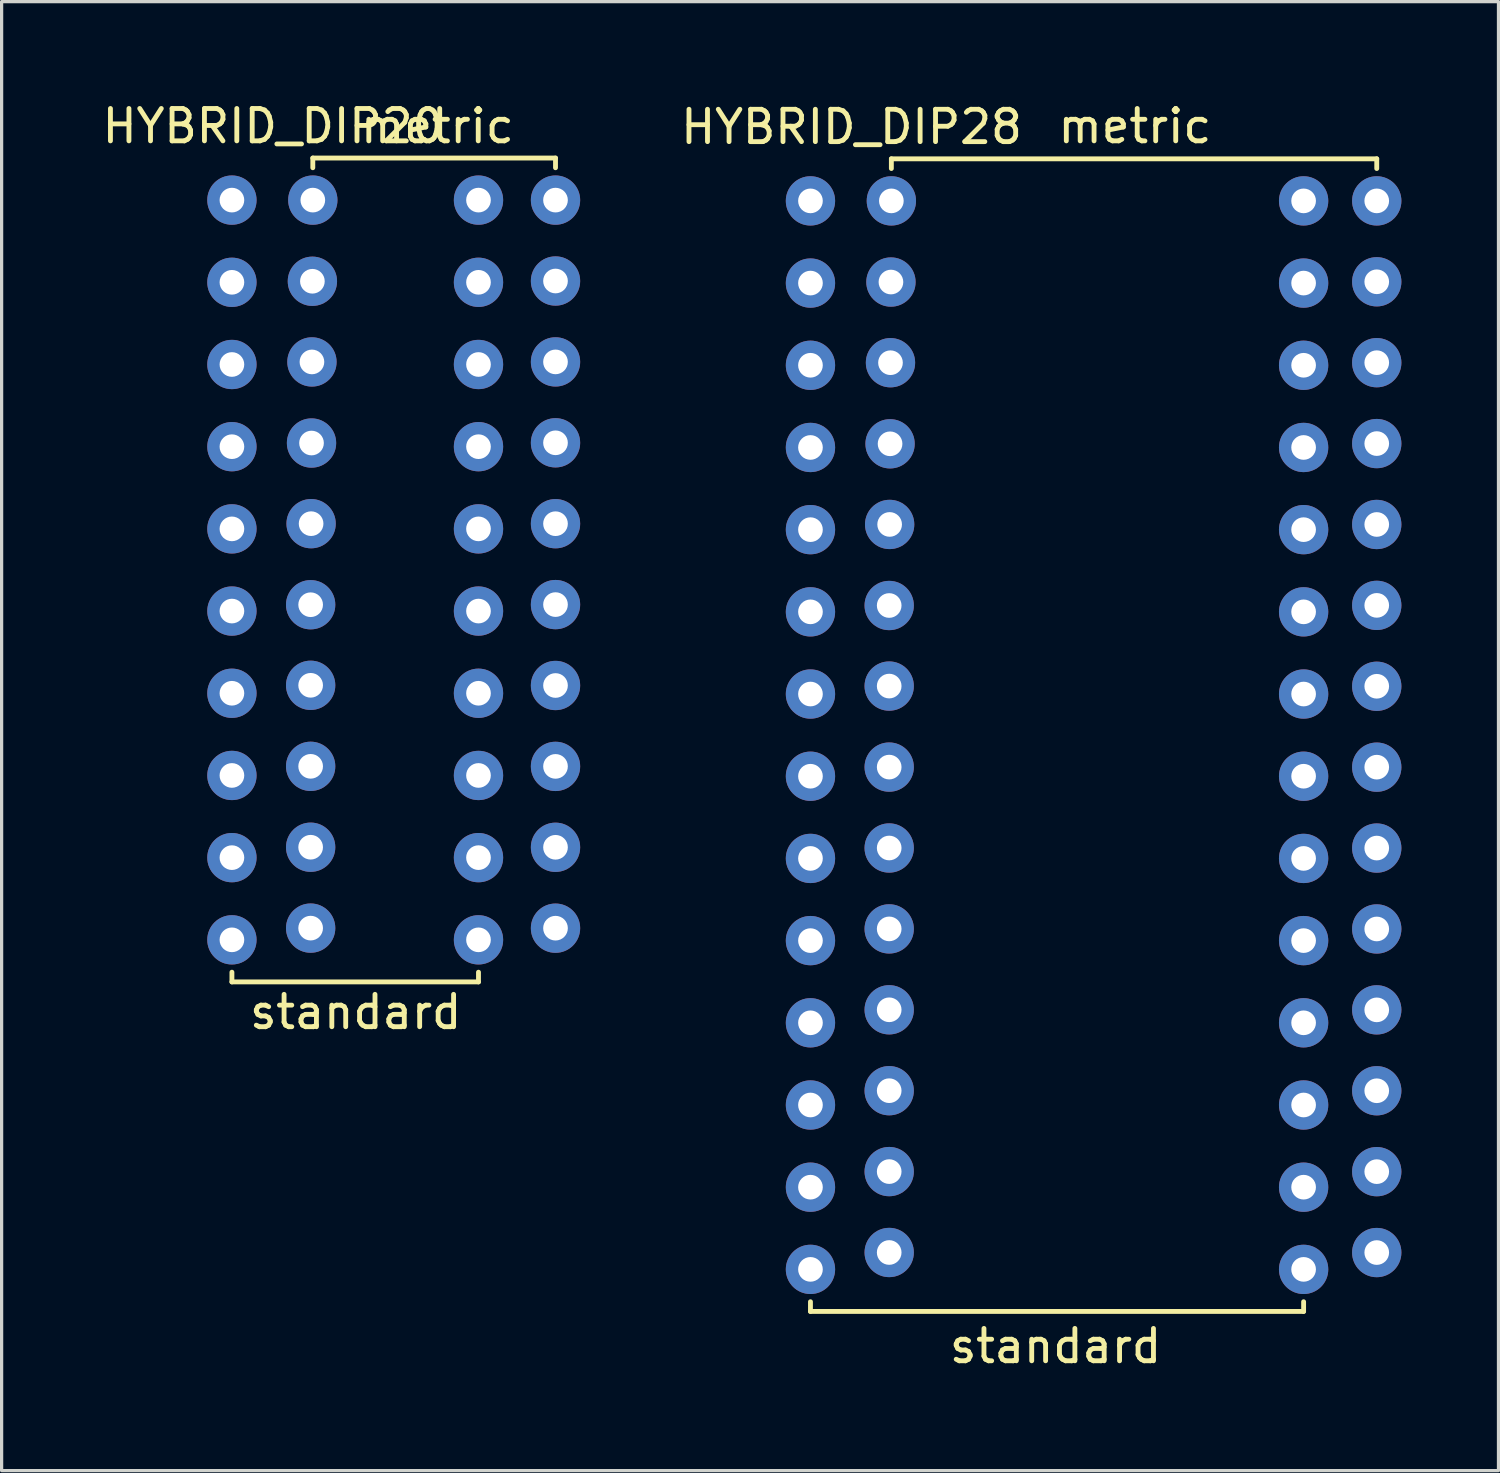
<source format=kicad_pcb>
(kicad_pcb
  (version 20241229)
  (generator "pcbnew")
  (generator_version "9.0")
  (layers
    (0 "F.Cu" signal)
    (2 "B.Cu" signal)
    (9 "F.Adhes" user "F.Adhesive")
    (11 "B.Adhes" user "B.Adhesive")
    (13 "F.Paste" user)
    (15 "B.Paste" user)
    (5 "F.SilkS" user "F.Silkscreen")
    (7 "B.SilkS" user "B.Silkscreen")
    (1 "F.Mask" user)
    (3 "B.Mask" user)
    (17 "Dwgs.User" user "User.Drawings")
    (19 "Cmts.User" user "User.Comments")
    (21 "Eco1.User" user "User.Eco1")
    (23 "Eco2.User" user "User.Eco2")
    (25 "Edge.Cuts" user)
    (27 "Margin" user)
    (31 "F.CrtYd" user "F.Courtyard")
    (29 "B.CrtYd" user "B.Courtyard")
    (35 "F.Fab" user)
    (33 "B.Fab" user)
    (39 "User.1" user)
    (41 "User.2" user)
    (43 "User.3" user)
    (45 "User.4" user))
  (footprint "HYBRID_DIP28"
    (layer "F.Cu")
    (at 31.072 19.548)
    (property "Reference" "HYBRID_DIP28" (at -7.806 -18.676 0) (layer "F.SilkS") (effects (font (size 1 1) (thickness 0.15))))
    (attr through_hole)
    (fp_line (start -9.076 17.63) (end -9.076 17.93) (stroke (width 0.15) (type solid)) (layer "F.SilkS"))
    (fp_line (start -9.076 17.93) (end 6.164 17.93) (stroke (width 0.15) (type solid)) (layer "F.SilkS"))
    (fp_line (start -6.576 -17.69) (end 8.424 -17.69) (stroke (width 0.15) (type solid)) (layer "F.SilkS"))
    (fp_line (start -6.576 -17.39) (end -6.576 -17.69) (stroke (width 0.15) (type solid)) (layer "F.SilkS"))
    (fp_line (start 6.164 17.63) (end 6.164 17.93) (stroke (width 0.15) (type solid)) (layer "F.SilkS"))
    (fp_line (start 8.424 -17.39) (end 8.424 -17.69) (stroke (width 0.15) (type solid)) (layer "F.SilkS"))
    (fp_text user "metric" (at 0.95 -18.7 0) (layer "F.SilkS") (effects (font (size 1 1) (thickness 0.15))))
    (fp_text user "standard" (at -1.5 19 0) (layer "F.SilkS") (effects (font (size 1 1) (thickness 0.15))))
    (pad "1" thru_hole circle (at -9.076 -16.39) (size 1.524 1.524) (drill 0.762) (layers "*.Cu" "*.Mask"))
    (pad "1" thru_hole circle (at -6.576 -16.39) (size 1.524 1.524) (drill 0.762) (layers "*.Cu" "*.Mask"))
    (pad "2" thru_hole circle (at -9.076 -13.85) (size 1.524 1.524) (drill 0.762) (layers "*.Cu" "*.Mask"))
    (pad "2" thru_hole circle (at -6.589 -13.882) (size 1.524 1.524) (drill 0.762) (layers "*.Cu" "*.Mask"))
    (pad "3" thru_hole circle (at -9.076 -11.31) (size 1.524 1.524) (drill 0.762) (layers "*.Cu" "*.Mask"))
    (pad "3" thru_hole circle (at -6.603 -11.389) (size 1.524 1.524) (drill 0.762) (layers "*.Cu" "*.Mask"))
    (pad "4" thru_hole circle (at -9.076 -8.77) (size 1.524 1.524) (drill 0.762) (layers "*.Cu" "*.Mask"))
    (pad "4" thru_hole circle (at -6.616 -8.883) (size 1.524 1.524) (drill 0.762) (layers "*.Cu" "*.Mask"))
    (pad "5" thru_hole circle (at -9.076 -6.23) (size 1.524 1.524) (drill 0.762) (layers "*.Cu" "*.Mask"))
    (pad "5" thru_hole circle (at -6.629 -6.391) (size 1.524 1.524) (drill 0.762) (layers "*.Cu" "*.Mask"))
    (pad "6" thru_hole circle (at -9.076 -3.69) (size 1.524 1.524) (drill 0.762) (layers "*.Cu" "*.Mask"))
    (pad "6" thru_hole circle (at -6.643 -3.886) (size 1.524 1.524) (drill 0.762) (layers "*.Cu" "*.Mask"))
    (pad "7" thru_hole circle (at -9.076 -1.15) (size 1.524 1.524) (drill 0.762) (layers "*.Cu" "*.Mask"))
    (pad "7" thru_hole circle (at -6.643 -1.396) (size 1.524 1.524) (drill 0.762) (layers "*.Cu" "*.Mask"))
    (pad "8" thru_hole circle (at -9.076 1.39) (size 1.524 1.524) (drill 0.762) (layers "*.Cu" "*.Mask"))
    (pad "8" thru_hole circle (at -6.643 1.108) (size 1.524 1.524) (drill 0.762) (layers "*.Cu" "*.Mask"))
    (pad "9" thru_hole circle (at -9.076 3.93) (size 1.524 1.524) (drill 0.762) (layers "*.Cu" "*.Mask"))
    (pad "9" thru_hole circle (at -6.643 3.608) (size 1.524 1.524) (drill 0.762) (layers "*.Cu" "*.Mask"))
    (pad "10" thru_hole circle (at -9.076 6.47) (size 1.524 1.524) (drill 0.762) (layers "*.Cu" "*.Mask"))
    (pad "10" thru_hole circle (at -6.643 6.108) (size 1.524 1.524) (drill 0.762) (layers "*.Cu" "*.Mask"))
    (pad "11" thru_hole circle (at -9.076 9.01) (size 1.524 1.524) (drill 0.762) (layers "*.Cu" "*.Mask"))
    (pad "11" thru_hole circle (at -6.643 8.608) (size 1.524 1.524) (drill 0.762) (layers "*.Cu" "*.Mask"))
    (pad "12" thru_hole circle (at -9.076 11.55) (size 1.524 1.524) (drill 0.762) (layers "*.Cu" "*.Mask"))
    (pad "12" thru_hole circle (at -6.643 11.108) (size 1.524 1.524) (drill 0.762) (layers "*.Cu" "*.Mask"))
    (pad "13" thru_hole circle (at -9.076 14.09) (size 1.524 1.524) (drill 0.762) (layers "*.Cu" "*.Mask"))
    (pad "13" thru_hole circle (at -6.643 13.608) (size 1.524 1.524) (drill 0.762) (layers "*.Cu" "*.Mask"))
    (pad "14" thru_hole circle (at -9.076 16.63) (size 1.524 1.524) (drill 0.762) (layers "*.Cu" "*.Mask"))
    (pad "14" thru_hole circle (at -6.643 16.108) (size 1.524 1.524) (drill 0.762) (layers "*.Cu" "*.Mask"))
    (pad "15" thru_hole circle (at 6.164 16.63) (size 1.524 1.524) (drill 0.762) (layers "*.Cu" "*.Mask"))
    (pad "15" thru_hole circle (at 8.424 16.11) (size 1.524 1.524) (drill 0.762) (layers "*.Cu" "*.Mask"))
    (pad "16" thru_hole circle (at 6.164 14.09) (size 1.524 1.524) (drill 0.762) (layers "*.Cu" "*.Mask"))
    (pad "16" thru_hole circle (at 8.424 13.61) (size 1.524 1.524) (drill 0.762) (layers "*.Cu" "*.Mask"))
    (pad "17" thru_hole circle (at 6.164 11.55) (size 1.524 1.524) (drill 0.762) (layers "*.Cu" "*.Mask"))
    (pad "17" thru_hole circle (at 8.424 11.11) (size 1.524 1.524) (drill 0.762) (layers "*.Cu" "*.Mask"))
    (pad "18" thru_hole circle (at 6.164 9.01) (size 1.524 1.524) (drill 0.762) (layers "*.Cu" "*.Mask"))
    (pad "18" thru_hole circle (at 8.424 8.61) (size 1.524 1.524) (drill 0.762) (layers "*.Cu" "*.Mask"))
    (pad "19" thru_hole circle (at 6.164 6.47) (size 1.524 1.524) (drill 0.762) (layers "*.Cu" "*.Mask"))
    (pad "19" thru_hole circle (at 8.424 6.11) (size 1.524 1.524) (drill 0.762) (layers "*.Cu" "*.Mask"))
    (pad "20" thru_hole circle (at 6.164 3.93) (size 1.524 1.524) (drill 0.762) (layers "*.Cu" "*.Mask"))
    (pad "20" thru_hole circle (at 8.424 3.61) (size 1.524 1.524) (drill 0.762) (layers "*.Cu" "*.Mask"))
    (pad "21" thru_hole circle (at 6.164 1.39) (size 1.524 1.524) (drill 0.762) (layers "*.Cu" "*.Mask"))
    (pad "21" thru_hole circle (at 8.424 1.11) (size 1.524 1.524) (drill 0.762) (layers "*.Cu" "*.Mask"))
    (pad "22" thru_hole circle (at 6.164 -1.15) (size 1.524 1.524) (drill 0.762) (layers "*.Cu" "*.Mask"))
    (pad "22" thru_hole circle (at 8.424 -1.39) (size 1.524 1.524) (drill 0.762) (layers "*.Cu" "*.Mask"))
    (pad "23" thru_hole circle (at 6.164 -3.69) (size 1.524 1.524) (drill 0.762) (layers "*.Cu" "*.Mask"))
    (pad "23" thru_hole circle (at 8.424 -3.89) (size 1.524 1.524) (drill 0.762) (layers "*.Cu" "*.Mask"))
    (pad "24" thru_hole circle (at 6.164 -6.23) (size 1.524 1.524) (drill 0.762) (layers "*.Cu" "*.Mask"))
    (pad "24" thru_hole circle (at 8.424 -6.39) (size 1.524 1.524) (drill 0.762) (layers "*.Cu" "*.Mask"))
    (pad "25" thru_hole circle (at 6.164 -8.77) (size 1.524 1.524) (drill 0.762) (layers "*.Cu" "*.Mask"))
    (pad "25" thru_hole circle (at 8.424 -8.89) (size 1.524 1.524) (drill 0.762) (layers "*.Cu" "*.Mask"))
    (pad "26" thru_hole circle (at 6.164 -11.31) (size 1.524 1.524) (drill 0.762) (layers "*.Cu" "*.Mask"))
    (pad "26" thru_hole circle (at 8.424 -11.39) (size 1.524 1.524) (drill 0.762) (layers "*.Cu" "*.Mask"))
    (pad "27" thru_hole circle (at 6.164 -13.85) (size 1.524 1.524) (drill 0.762) (layers "*.Cu" "*.Mask"))
    (pad "27" thru_hole circle (at 8.424 -13.89) (size 1.524 1.524) (drill 0.762) (layers "*.Cu" "*.Mask"))
    (pad "28" thru_hole circle (at 6.164 -16.39) (size 1.524 1.524) (drill 0.762) (layers "*.Cu" "*.Mask"))
    (pad "28" thru_hole circle (at 8.424 -16.39) (size 1.524 1.524) (drill 0.762) (layers "*.Cu" "*.Mask")))
  (footprint "HYBRID_DIP20"
    (layer "F.Cu")
    (at 8.943 12.024)
    (property "Reference" "HYBRID_DIP20" (at -3.556 -11.176 0) (layer "F.SilkS") (effects (font (size 1 1) (thickness 0.15))))
    (attr through_hole)
    (fp_line (start -4.826 14.97) (end -4.826 15.27) (stroke (width 0.15) (type solid)) (layer "F.SilkS"))
    (fp_line (start -4.826 15.27) (end 2.794 15.27) (stroke (width 0.15) (type solid)) (layer "F.SilkS"))
    (fp_line (start -2.326 -10.19) (end 5.174 -10.19) (stroke (width 0.15) (type solid)) (layer "F.SilkS"))
    (fp_line (start -2.326 -9.89) (end -2.326 -10.19) (stroke (width 0.15) (type solid)) (layer "F.SilkS"))
    (fp_line (start 2.794 14.97) (end 2.794 15.27) (stroke (width 0.15) (type solid)) (layer "F.SilkS"))
    (fp_line (start 5.174 -9.89) (end 5.174 -10.19) (stroke (width 0.15) (type solid)) (layer "F.SilkS"))
    (fp_text user "standard" (at -1 16.2 0) (layer "F.SilkS") (effects (font (size 1 1) (thickness 0.15))))
    (fp_text user "metric" (at 1.524 -11.176 0) (layer "F.SilkS") (effects (font (size 1 1) (thickness 0.15))))
    (pad "1" thru_hole circle (at -4.826 -8.89) (size 1.524 1.524) (drill 0.762) (layers "*.Cu" "*.Mask"))
    (pad "1" thru_hole circle (at -2.326 -8.89) (size 1.524 1.524) (drill 0.762) (layers "*.Cu" "*.Mask"))
    (pad "2" thru_hole circle (at -4.826 -6.35) (size 1.524 1.524) (drill 0.762) (layers "*.Cu" "*.Mask"))
    (pad "2" thru_hole circle (at -2.339 -6.382) (size 1.524 1.524) (drill 0.762) (layers "*.Cu" "*.Mask"))
    (pad "3" thru_hole circle (at -4.826 -3.81) (size 1.524 1.524) (drill 0.762) (layers "*.Cu" "*.Mask"))
    (pad "3" thru_hole circle (at -2.353 -3.889) (size 1.524 1.524) (drill 0.762) (layers "*.Cu" "*.Mask"))
    (pad "4" thru_hole circle (at -4.826 -1.27) (size 1.524 1.524) (drill 0.762) (layers "*.Cu" "*.Mask"))
    (pad "4" thru_hole circle (at -2.366 -1.383) (size 1.524 1.524) (drill 0.762) (layers "*.Cu" "*.Mask"))
    (pad "5" thru_hole circle (at -4.826 1.27) (size 1.524 1.524) (drill 0.762) (layers "*.Cu" "*.Mask"))
    (pad "5" thru_hole circle (at -2.379 1.109) (size 1.524 1.524) (drill 0.762) (layers "*.Cu" "*.Mask"))
    (pad "6" thru_hole circle (at -4.826 3.81) (size 1.524 1.524) (drill 0.762) (layers "*.Cu" "*.Mask"))
    (pad "6" thru_hole circle (at -2.393 3.614) (size 1.524 1.524) (drill 0.762) (layers "*.Cu" "*.Mask"))
    (pad "7" thru_hole circle (at -4.826 6.35) (size 1.524 1.524) (drill 0.762) (layers "*.Cu" "*.Mask"))
    (pad "7" thru_hole circle (at -2.393 6.104) (size 1.524 1.524) (drill 0.762) (layers "*.Cu" "*.Mask"))
    (pad "8" thru_hole circle (at -4.826 8.89) (size 1.524 1.524) (drill 0.762) (layers "*.Cu" "*.Mask"))
    (pad "8" thru_hole circle (at -2.393 8.608) (size 1.524 1.524) (drill 0.762) (layers "*.Cu" "*.Mask"))
    (pad "9" thru_hole circle (at -4.826 11.43) (size 1.524 1.524) (drill 0.762) (layers "*.Cu" "*.Mask"))
    (pad "9" thru_hole circle (at -2.393 11.108) (size 1.524 1.524) (drill 0.762) (layers "*.Cu" "*.Mask"))
    (pad "10" thru_hole circle (at -4.826 13.97) (size 1.524 1.524) (drill 0.762) (layers "*.Cu" "*.Mask"))
    (pad "10" thru_hole circle (at -2.393 13.608) (size 1.524 1.524) (drill 0.762) (layers "*.Cu" "*.Mask"))
    (pad "11" thru_hole circle (at 2.794 13.97) (size 1.524 1.524) (drill 0.762) (layers "*.Cu" "*.Mask"))
    (pad "11" thru_hole circle (at 5.174 13.61) (size 1.524 1.524) (drill 0.762) (layers "*.Cu" "*.Mask"))
    (pad "12" thru_hole circle (at 2.794 11.43) (size 1.524 1.524) (drill 0.762) (layers "*.Cu" "*.Mask"))
    (pad "12" thru_hole circle (at 5.174 11.11) (size 1.524 1.524) (drill 0.762) (layers "*.Cu" "*.Mask"))
    (pad "13" thru_hole circle (at 2.794 8.89) (size 1.524 1.524) (drill 0.762) (layers "*.Cu" "*.Mask"))
    (pad "13" thru_hole circle (at 5.174 8.61) (size 1.524 1.524) (drill 0.762) (layers "*.Cu" "*.Mask"))
    (pad "14" thru_hole circle (at 2.794 6.35) (size 1.524 1.524) (drill 0.762) (layers "*.Cu" "*.Mask"))
    (pad "14" thru_hole circle (at 5.174 6.11) (size 1.524 1.524) (drill 0.762) (layers "*.Cu" "*.Mask"))
    (pad "15" thru_hole circle (at 2.794 3.81) (size 1.524 1.524) (drill 0.762) (layers "*.Cu" "*.Mask"))
    (pad "15" thru_hole circle (at 5.174 3.61) (size 1.524 1.524) (drill 0.762) (layers "*.Cu" "*.Mask"))
    (pad "16" thru_hole circle (at 2.794 1.27) (size 1.524 1.524) (drill 0.762) (layers "*.Cu" "*.Mask"))
    (pad "16" thru_hole circle (at 5.174 1.11) (size 1.524 1.524) (drill 0.762) (layers "*.Cu" "*.Mask"))
    (pad "17" thru_hole circle (at 2.794 -1.27) (size 1.524 1.524) (drill 0.762) (layers "*.Cu" "*.Mask"))
    (pad "17" thru_hole circle (at 5.174 -1.39) (size 1.524 1.524) (drill 0.762) (layers "*.Cu" "*.Mask"))
    (pad "18" thru_hole circle (at 2.794 -3.81) (size 1.524 1.524) (drill 0.762) (layers "*.Cu" "*.Mask"))
    (pad "18" thru_hole circle (at 5.174 -3.89) (size 1.524 1.524) (drill 0.762) (layers "*.Cu" "*.Mask"))
    (pad "19" thru_hole circle (at 2.794 -6.35) (size 1.524 1.524) (drill 0.762) (layers "*.Cu" "*.Mask"))
    (pad "19" thru_hole circle (at 5.174 -6.39) (size 1.524 1.524) (drill 0.762) (layers "*.Cu" "*.Mask"))
    (pad "20" thru_hole circle (at 2.794 -8.89) (size 1.524 1.524) (drill 0.762) (layers "*.Cu" "*.Mask"))
    (pad "20" thru_hole circle (at 5.174 -8.89) (size 1.524 1.524) (drill 0.762) (layers "*.Cu" "*.Mask")))
  (gr_rect
    (start -3 -3)
    (end 43.258 42.397)
    (stroke (width 0.1) (type default))
    (fill no)
    (layer "Edge.Cuts")))
</source>
